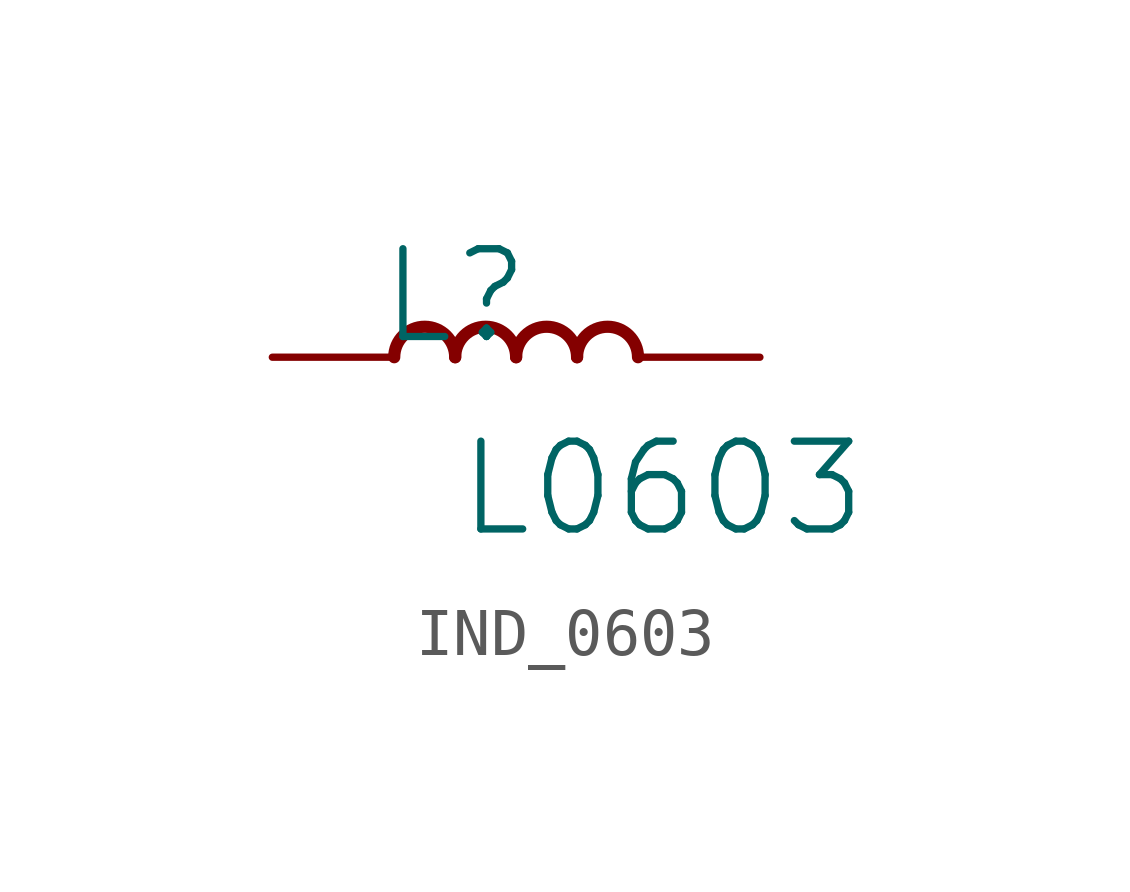
<source format=kicad_sym>
(kicad_symbol_lib
  (version 20231120)
  (generator "kicad_symbol_editor")
  (generator_version "8.0")
  (symbol "IND_0603"
    (property "Reference" "L"
      (at -1.27 1.27 0)
      (effects (font (size 1.829 1.829))))
    (property "Value" "L0603"
      (at -1.27 -3.81 0)
      (effects (font (size 1.829 1.829)) (justify left bottom)))
    (symbol "IND_0603_1_0"
      (arc (start -1.27 0) (mid -1.905 0.635) (end -2.54 0) (stroke (width 0.254) (type solid)) (fill (type none)))
      (arc (start 0 0) (mid -0.635 0.635) (end -1.27 0) (stroke (width 0.254) (type solid)) (fill (type none)))
      (arc (start 1.27 0) (mid 0.635 0.635) (end 0 0) (stroke (width 0.254) (type solid)) (fill (type none)))
      (arc (start 2.54 0) (mid 1.905 0.635) (end 1.27 0) (stroke (width 0.254) (type solid)) (fill (type none)))
      (pin passive line (at -5.08 0 0) (length 2.54) (name "1" (effects (font (size 0 0)))) (number "1" (effects (font (size 0 0)))))
      (pin passive line (at 5.08 0 180) (length 2.54) (name "2" (effects (font (size 0 0)))) (number "2" (effects (font (size 0 0))))))))
</source>
